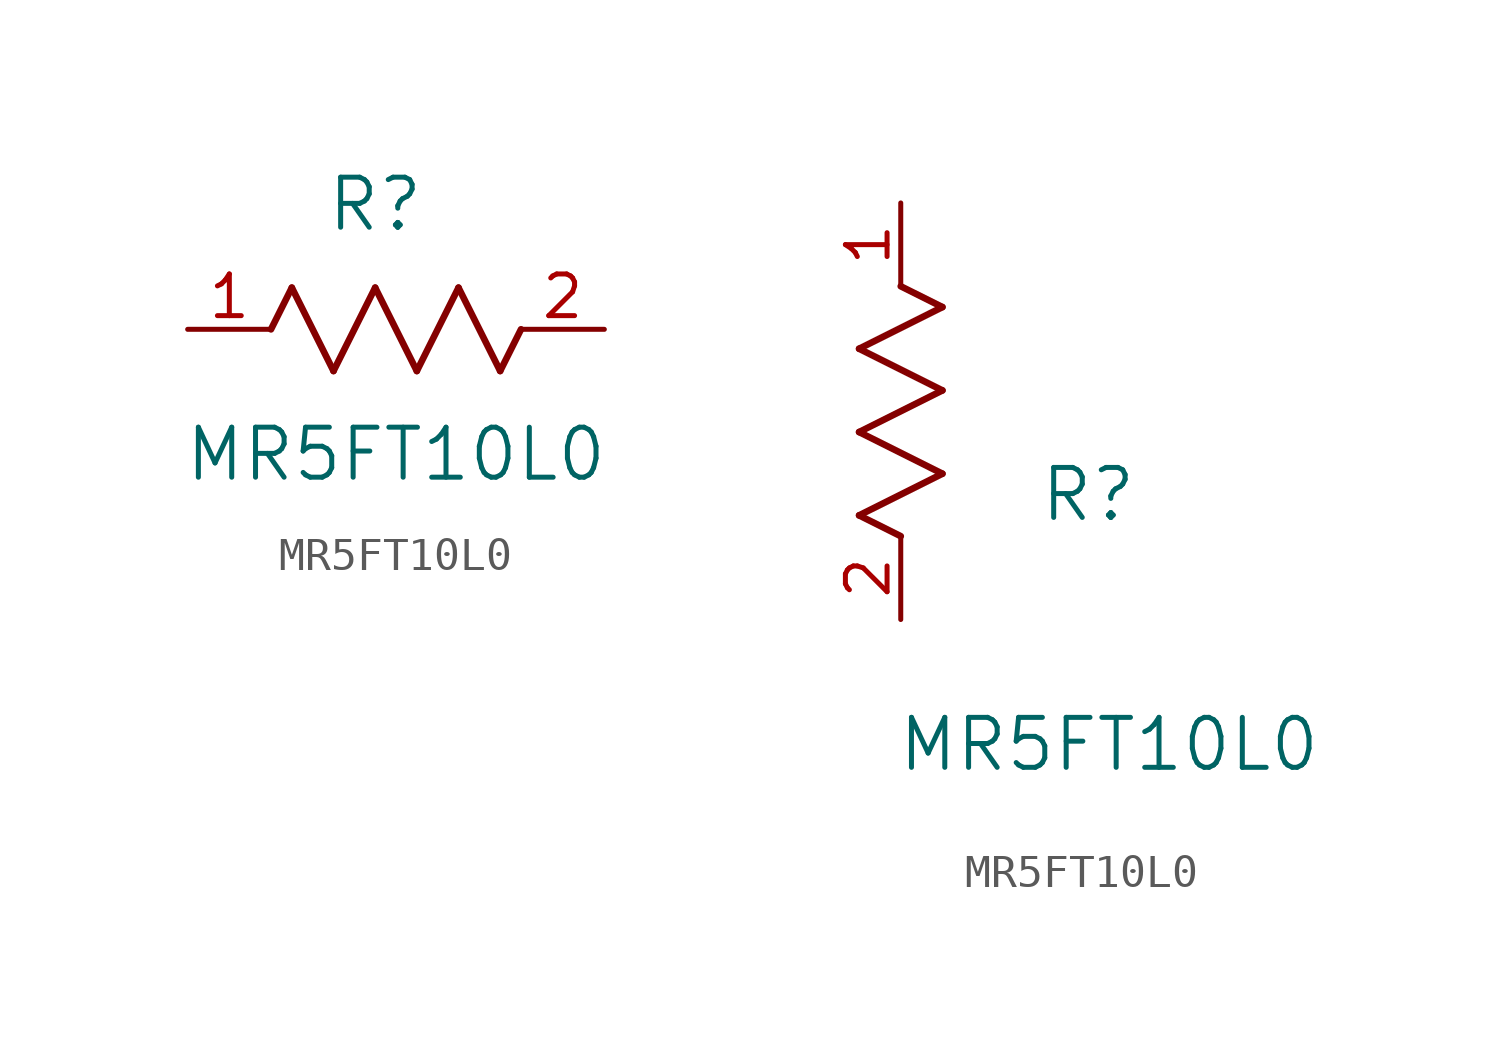
<source format=kicad_sym>
(kicad_symbol_lib
  (version 20211014)
  (generator kicad_symbol_editor)
  (symbol "MR5FT10L0"
    (pin_names
      (offset 0.254))
    (property "Reference" "R"
      (at 5.715 3.81 0)
      (effects (font (size 1.524 1.524))))
    (property "Value" "MR5FT10L0"
      (at 6.35 -3.81 0)
      (effects (font (size 1.524 1.524))))
    (symbol "MR5FT10L0_1_1"
      (polyline (pts (xy 3.175 1.27) (xy 4.445 -1.27)) (stroke (width 0.203) (type default) (color 0 0 0 0)) (fill (type none)))
      (polyline (pts (xy 4.445 -1.27) (xy 5.715 1.27)) (stroke (width 0.203) (type default) (color 0 0 0 0)) (fill (type none)))
      (polyline (pts (xy 5.715 1.27) (xy 6.985 -1.27)) (stroke (width 0.203) (type default) (color 0 0 0 0)) (fill (type none)))
      (polyline (pts (xy 6.985 -1.27) (xy 8.255 1.27)) (stroke (width 0.203) (type default) (color 0 0 0 0)) (fill (type none)))
      (polyline (pts (xy 8.255 1.27) (xy 9.525 -1.27)) (stroke (width 0.203) (type default) (color 0 0 0 0)) (fill (type none)))
      (polyline (pts (xy 2.54 0) (xy 3.175 1.27)) (stroke (width 0.203) (type default) (color 0 0 0 0)) (fill (type none)))
      (polyline (pts (xy 9.525 -1.27) (xy 10.16 0)) (stroke (width 0.203) (type default) (color 0 0 0 0)) (fill (type none)))
      (pin unspecified line (at 0 0 0) (length 2.54) (name "" (effects (font (size 1.27 1.27)))) (number "1" (effects (font (size 1.27 1.27)))))
      (pin unspecified line (at 12.7 0 180) (length 2.54) (name "" (effects (font (size 1.27 1.27)))) (number "2" (effects (font (size 1.27 1.27))))))
    (symbol "MR5FT10L0_1_2"
      (polyline (pts (xy 0 2.54) (xy -1.27 3.175)) (stroke (width 0.203) (type default) (color 0 0 0 0)) (fill (type none)))
      (polyline (pts (xy -1.27 3.175) (xy 1.27 4.445)) (stroke (width 0.203) (type default) (color 0 0 0 0)) (fill (type none)))
      (polyline (pts (xy 1.27 4.445) (xy -1.27 5.715)) (stroke (width 0.203) (type default) (color 0 0 0 0)) (fill (type none)))
      (polyline (pts (xy -1.27 5.715) (xy 1.27 6.985)) (stroke (width 0.203) (type default) (color 0 0 0 0)) (fill (type none)))
      (polyline (pts (xy -1.27 8.255) (xy 1.27 9.525)) (stroke (width 0.203) (type default) (color 0 0 0 0)) (fill (type none)))
      (polyline (pts (xy 1.27 9.525) (xy 0 10.16)) (stroke (width 0.203) (type default) (color 0 0 0 0)) (fill (type none)))
      (polyline (pts (xy 1.27 6.985) (xy -1.27 8.255)) (stroke (width 0.203) (type default) (color 0 0 0 0)) (fill (type none)))
      (pin unspecified line (at 0 12.7 270) (length 2.54) (name "" (effects (font (size 1.27 1.27)))) (number "1" (effects (font (size 1.27 1.27)))))
      (pin unspecified line (at 0 0 90) (length 2.54) (name "" (effects (font (size 1.27 1.27)))) (number "2" (effects (font (size 1.27 1.27))))))))
</source>
